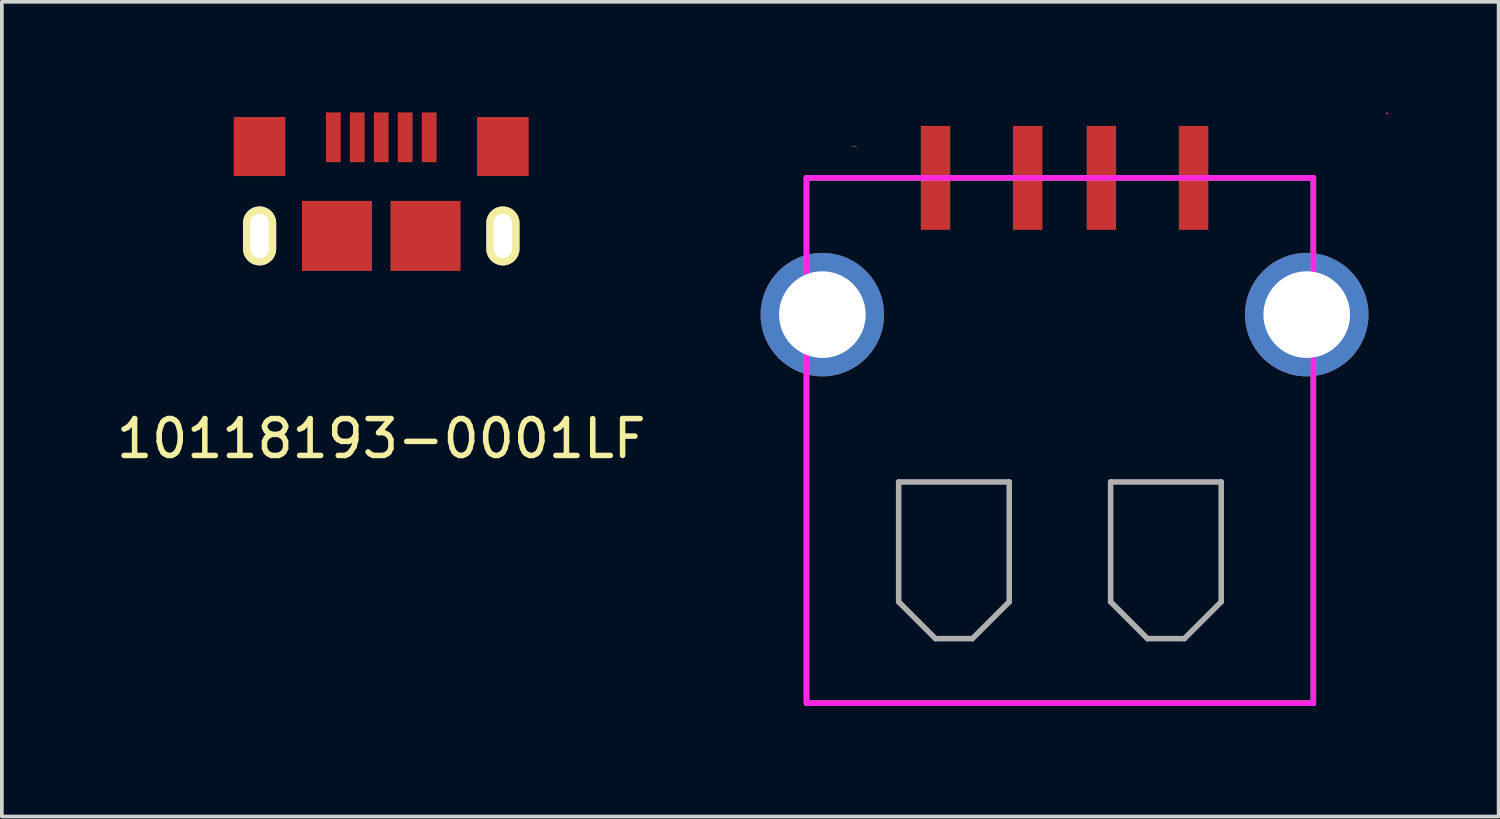
<source format=kicad_pcb>
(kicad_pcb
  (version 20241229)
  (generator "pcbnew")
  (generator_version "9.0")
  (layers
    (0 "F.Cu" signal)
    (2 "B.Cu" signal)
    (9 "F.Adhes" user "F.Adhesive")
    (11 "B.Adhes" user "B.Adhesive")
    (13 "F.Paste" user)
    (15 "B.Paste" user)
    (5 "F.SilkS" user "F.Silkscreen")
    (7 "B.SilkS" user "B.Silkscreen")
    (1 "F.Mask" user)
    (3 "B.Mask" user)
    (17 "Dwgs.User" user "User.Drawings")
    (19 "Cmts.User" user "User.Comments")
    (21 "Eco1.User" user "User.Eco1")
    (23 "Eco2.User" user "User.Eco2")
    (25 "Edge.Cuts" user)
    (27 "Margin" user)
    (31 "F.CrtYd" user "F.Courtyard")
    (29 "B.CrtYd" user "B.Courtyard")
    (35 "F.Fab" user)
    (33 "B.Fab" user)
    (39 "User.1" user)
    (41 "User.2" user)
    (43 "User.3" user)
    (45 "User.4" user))
  (footprint "USB_A_receptacle"
    (layer "F.Cu")
    (at 25.828 1.775)
    (property "Reference" "USB_A_receptacle" (at -5.7 -0.85 0) (layer "F.SilkS") (effects (font (size 0.01 0.01) (thickness 0.003))))
    (attr through_hole)
    (fp_line (start -7 0) (end -7 14.2) (stroke (width 0.15) (type solid)) (layer "F.CrtYd"))
    (fp_line (start -7 0) (end 6.75 0) (stroke (width 0.15) (type solid)) (layer "F.CrtYd"))
    (fp_line (start 6.75 0) (end 6.75 14.2) (stroke (width 0.15) (type solid)) (layer "F.CrtYd"))
    (fp_line (start 6.75 14.25) (end -7 14.25) (stroke (width 0.15) (type solid)) (layer "F.CrtYd"))
    (fp_line (start 8.75 -1.75) (end 8.75 -1.75) (stroke (width 0.05) (type solid)) (layer "F.CrtYd"))
    (fp_line (start -7 0) (end 6.75 0) (stroke (width 0.15) (type solid)) (layer "F.Fab"))
    (fp_line (start -7 14.25) (end -7 0) (stroke (width 0.15) (type solid)) (layer "F.Fab"))
    (fp_line (start -4.5 8.25) (end -4.5 11.5) (stroke (width 0.15) (type solid)) (layer "F.Fab"))
    (fp_line (start -4.5 11.5) (end -3.5 12.5) (stroke (width 0.15) (type solid)) (layer "F.Fab"))
    (fp_line (start -3.5 12.5) (end -2.5 12.5) (stroke (width 0.15) (type solid)) (layer "F.Fab"))
    (fp_line (start -2.5 12.5) (end -1.5 11.5) (stroke (width 0.15) (type solid)) (layer "F.Fab"))
    (fp_line (start -1.5 8.25) (end -4.5 8.25) (stroke (width 0.15) (type solid)) (layer "F.Fab"))
    (fp_line (start -1.5 11.5) (end -1.5 8.25) (stroke (width 0.15) (type solid)) (layer "F.Fab"))
    (fp_line (start 1.25 8.25) (end 1.25 11.5) (stroke (width 0.15) (type solid)) (layer "F.Fab"))
    (fp_line (start 1.25 11.5) (end 2.25 12.5) (stroke (width 0.15) (type solid)) (layer "F.Fab"))
    (fp_line (start 2.25 12.5) (end 3.25 12.5) (stroke (width 0.15) (type solid)) (layer "F.Fab"))
    (fp_line (start 3.25 12.5) (end 4.25 11.5) (stroke (width 0.15) (type solid)) (layer "F.Fab"))
    (fp_line (start 4.25 8.25) (end 1.25 8.25) (stroke (width 0.15) (type solid)) (layer "F.Fab"))
    (fp_line (start 4.25 11.5) (end 4.25 8.25) (stroke (width 0.15) (type solid)) (layer "F.Fab"))
    (fp_line (start 6.75 0) (end 6.75 14.25) (stroke (width 0.15) (type solid)) (layer "F.Fab"))
    (fp_line (start 6.75 14.25) (end -7 14.25) (stroke (width 0.15) (type solid)) (layer "F.Fab"))
    (pad "1" smd rect (at -3.5 0) (size 0.8 2.82) (layers "F.Cu" "F.Mask" "F.Paste"))
    (pad "2" smd rect (at -1 0) (size 0.8 2.82) (layers "F.Cu" "F.Mask" "F.Paste"))
    (pad "3" smd rect (at 1 0) (size 0.8 2.82) (layers "F.Cu" "F.Mask" "F.Paste"))
    (pad "4" smd rect (at 3.5 0) (size 0.8 2.82) (layers "F.Cu" "F.Mask" "F.Paste"))
    (pad "5" thru_hole circle (at -6.57 3.71) (size 3.35 3.35) (drill 2.35) (layers "*.Cu" "*.Mask"))
    (pad "5" thru_hole circle (at 6.57 3.71) (size 3.35 3.35) (drill 2.35) (layers "*.Cu" "*.Mask")))
  (footprint "10118193-0001LF"
    (layer "F.Cu")
    (at 7.292 3.35)
    (property "Reference" "10118193-0001LF" (at 0 5.5 0) (layer "F.SilkS") (effects (font (size 1 1) (thickness 0.15))))
    (attr through_hole)
    (pad "1" smd rect (at -1.3 -2.675) (size 0.4 1.35) (layers "F.Cu" "F.Mask" "F.Paste"))
    (pad "2" smd rect (at -0.65 -2.675) (size 0.4 1.35) (layers "F.Cu" "F.Mask" "F.Paste"))
    (pad "3" smd rect (at 0 -2.675) (size 0.4 1.35) (layers "F.Cu" "F.Mask" "F.Paste"))
    (pad "4" smd rect (at 0.65 -2.675) (size 0.4 1.35) (layers "F.Cu" "F.Mask" "F.Paste"))
    (pad "5" smd rect (at 1.3 -2.675) (size 0.4 1.35) (layers "F.Cu" "F.Mask" "F.Paste"))
    (pad "6" smd rect (at -3.3 -2.425) (size 1.4 1.6) (layers "F.Cu" "F.Mask" "F.Paste"))
    (pad "6" thru_hole oval (at -3.3 0) (size 0.9 1.6) (drill oval 0.5 1.2) (layers "*.Cu" "*.Mask" "F.SilkS"))
    (pad "6" smd rect (at -1.2 0) (size 1.9 1.9) (layers "F.Cu" "F.Mask" "F.Paste"))
    (pad "6" smd rect (at 1.2 0) (size 1.9 1.9) (layers "F.Cu" "F.Mask" "F.Paste"))
    (pad "6" smd rect (at 3.3 -2.425) (size 1.4 1.6) (layers "F.Cu" "F.Mask" "F.Paste"))
    (pad "6" thru_hole oval (at 3.3 0) (size 0.9 1.6) (drill oval 0.5 1.2) (layers "*.Cu" "*.Mask" "F.SilkS")))
  (gr_rect
    (start -3 -3)
    (end 37.603 19.1)
    (stroke (width 0.1) (type default))
    (fill no)
    (layer "Edge.Cuts")))
</source>
